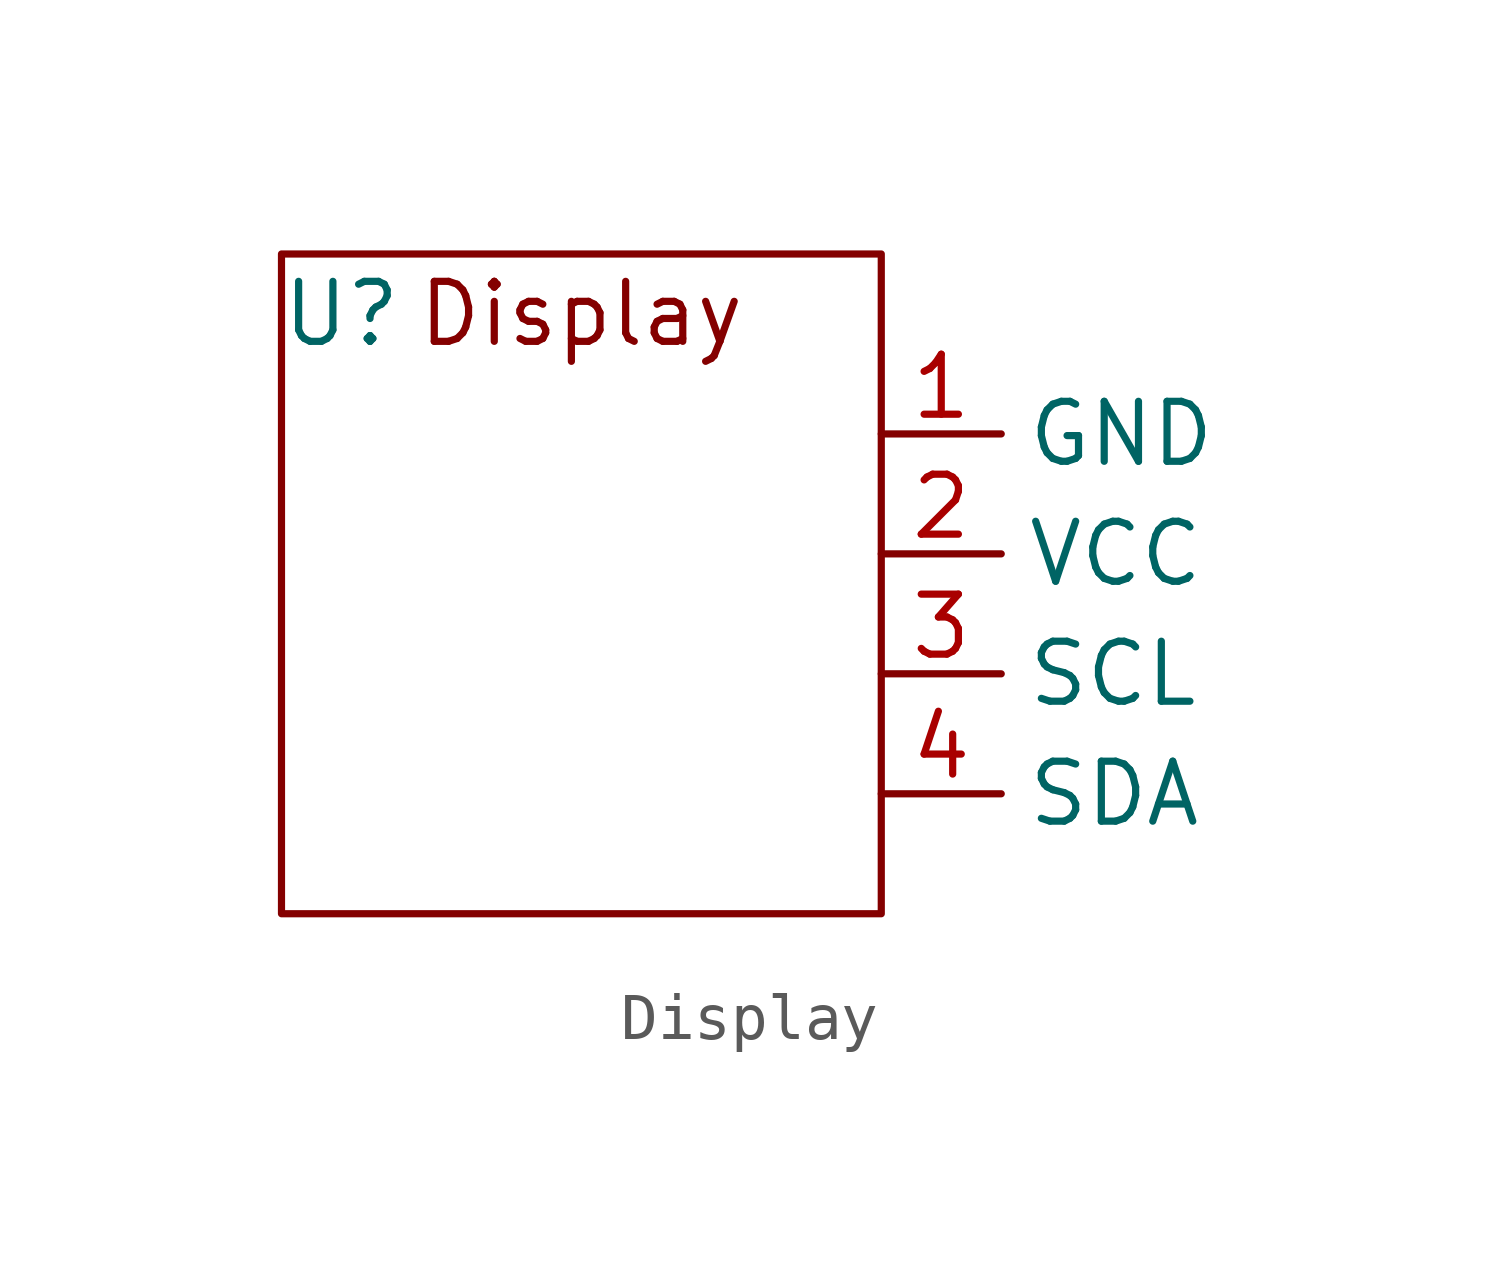
<source format=kicad_sym>
(kicad_symbol_lib
  (version 20220914)
  (generator kicad_symbol_editor)
  (symbol "Display"
    (property "Reference" "U"
      (at 0 0 0)
      (effects (font (size 1.27 1.27))))
    (property "Value" ""
      (at 0 0 0)
      (effects (font (size 1.27 1.27))))
    (symbol "Display_0_1"
      (rectangle (start -1.27 1.27) (end 11.43 -12.7) (stroke (width 0) (type default)) (fill (type none))))
    (symbol "Display_1_1"
      (text "Display" (at 5.08 0 0) (effects (font (size 1.27 1.27))))
      (pin power_in line (at 11.43 -2.54 0) (length 2.54) (name "GND" (effects (font (size 1.27 1.27)))) (number "1" (effects (font (size 1.27 1.27)))))
      (pin power_in line (at 11.43 -5.08 0) (length 2.54) (name "VCC" (effects (font (size 1.27 1.27)))) (number "2" (effects (font (size 1.27 1.27)))))
      (pin bidirectional line (at 11.43 -7.62 0) (length 2.54) (name "SCL" (effects (font (size 1.27 1.27)))) (number "3" (effects (font (size 1.27 1.27)))))
      (pin bidirectional line (at 11.43 -10.16 0) (length 2.54) (name "SDA" (effects (font (size 1.27 1.27)))) (number "4" (effects (font (size 1.27 1.27))))))))
</source>
